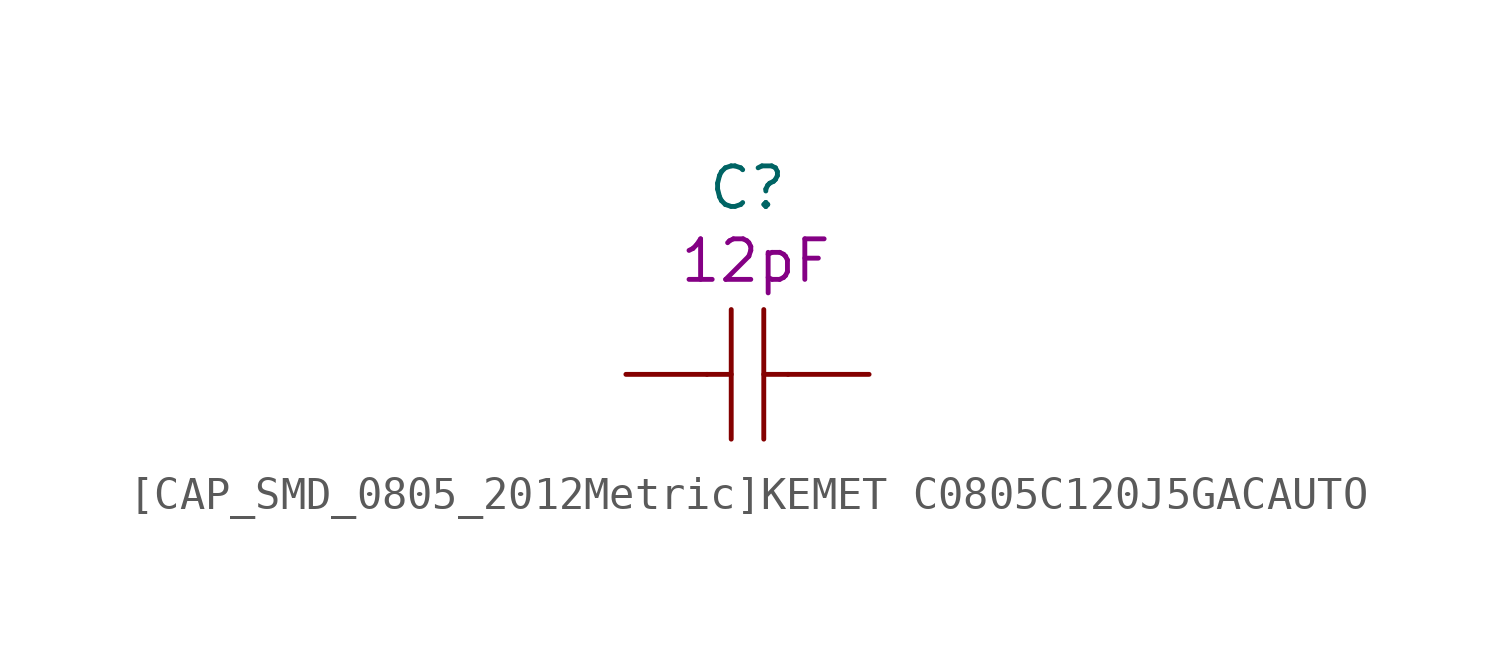
<source format=kicad_sym>
(kicad_symbol_lib
  (version 20231120)
  (generator "kicad_symbol_editor")
  (generator_version "8.0")
  (symbol "[CAP_SMD_0805_2012Metric]KEMET C0805C120J5GACAUTO"
    (pin_numbers hide)
    (pin_names
      (offset 0.002))
    (property "Reference" "C"
      (at 0 5.842 0)
      (effects (font (size 1.27 1.27))))
    (property "Nvalue" "12pF"
      (at 0.254 3.556 0)
      (effects (font (size 1.27 1.27))))
    (symbol "[CAP_SMD_0805_2012Metric]KEMET C0805C120J5GACAUTO_0_1"
      (polyline (pts (xy -1.27 0) (xy -0.51 0)) (stroke (width 0) (type default)) (fill (type none)))
      (polyline (pts (xy -0.51 2.03) (xy -0.51 -2.03)) (stroke (width 0) (type default)) (fill (type none)))
      (polyline (pts (xy 0.51 0) (xy 1.27 0)) (stroke (width 0) (type default)) (fill (type none)))
      (polyline (pts (xy 0.51 2.03) (xy 0.51 -2.03)) (stroke (width 0) (type default)) (fill (type none))))
    (symbol "[CAP_SMD_0805_2012Metric]KEMET C0805C120J5GACAUTO_1_1"
      (pin passive line (at -3.81 0 0) (length 2.54) (name "~" (effects (font (size 1.27 1.27)))) (number "1" (effects (font (size 1.27 1.27)))))
      (pin passive line (at 3.81 0 180) (length 2.54) (name "~" (effects (font (size 1.27 1.27)))) (number "2" (effects (font (size 1.27 1.27))))))))
</source>
